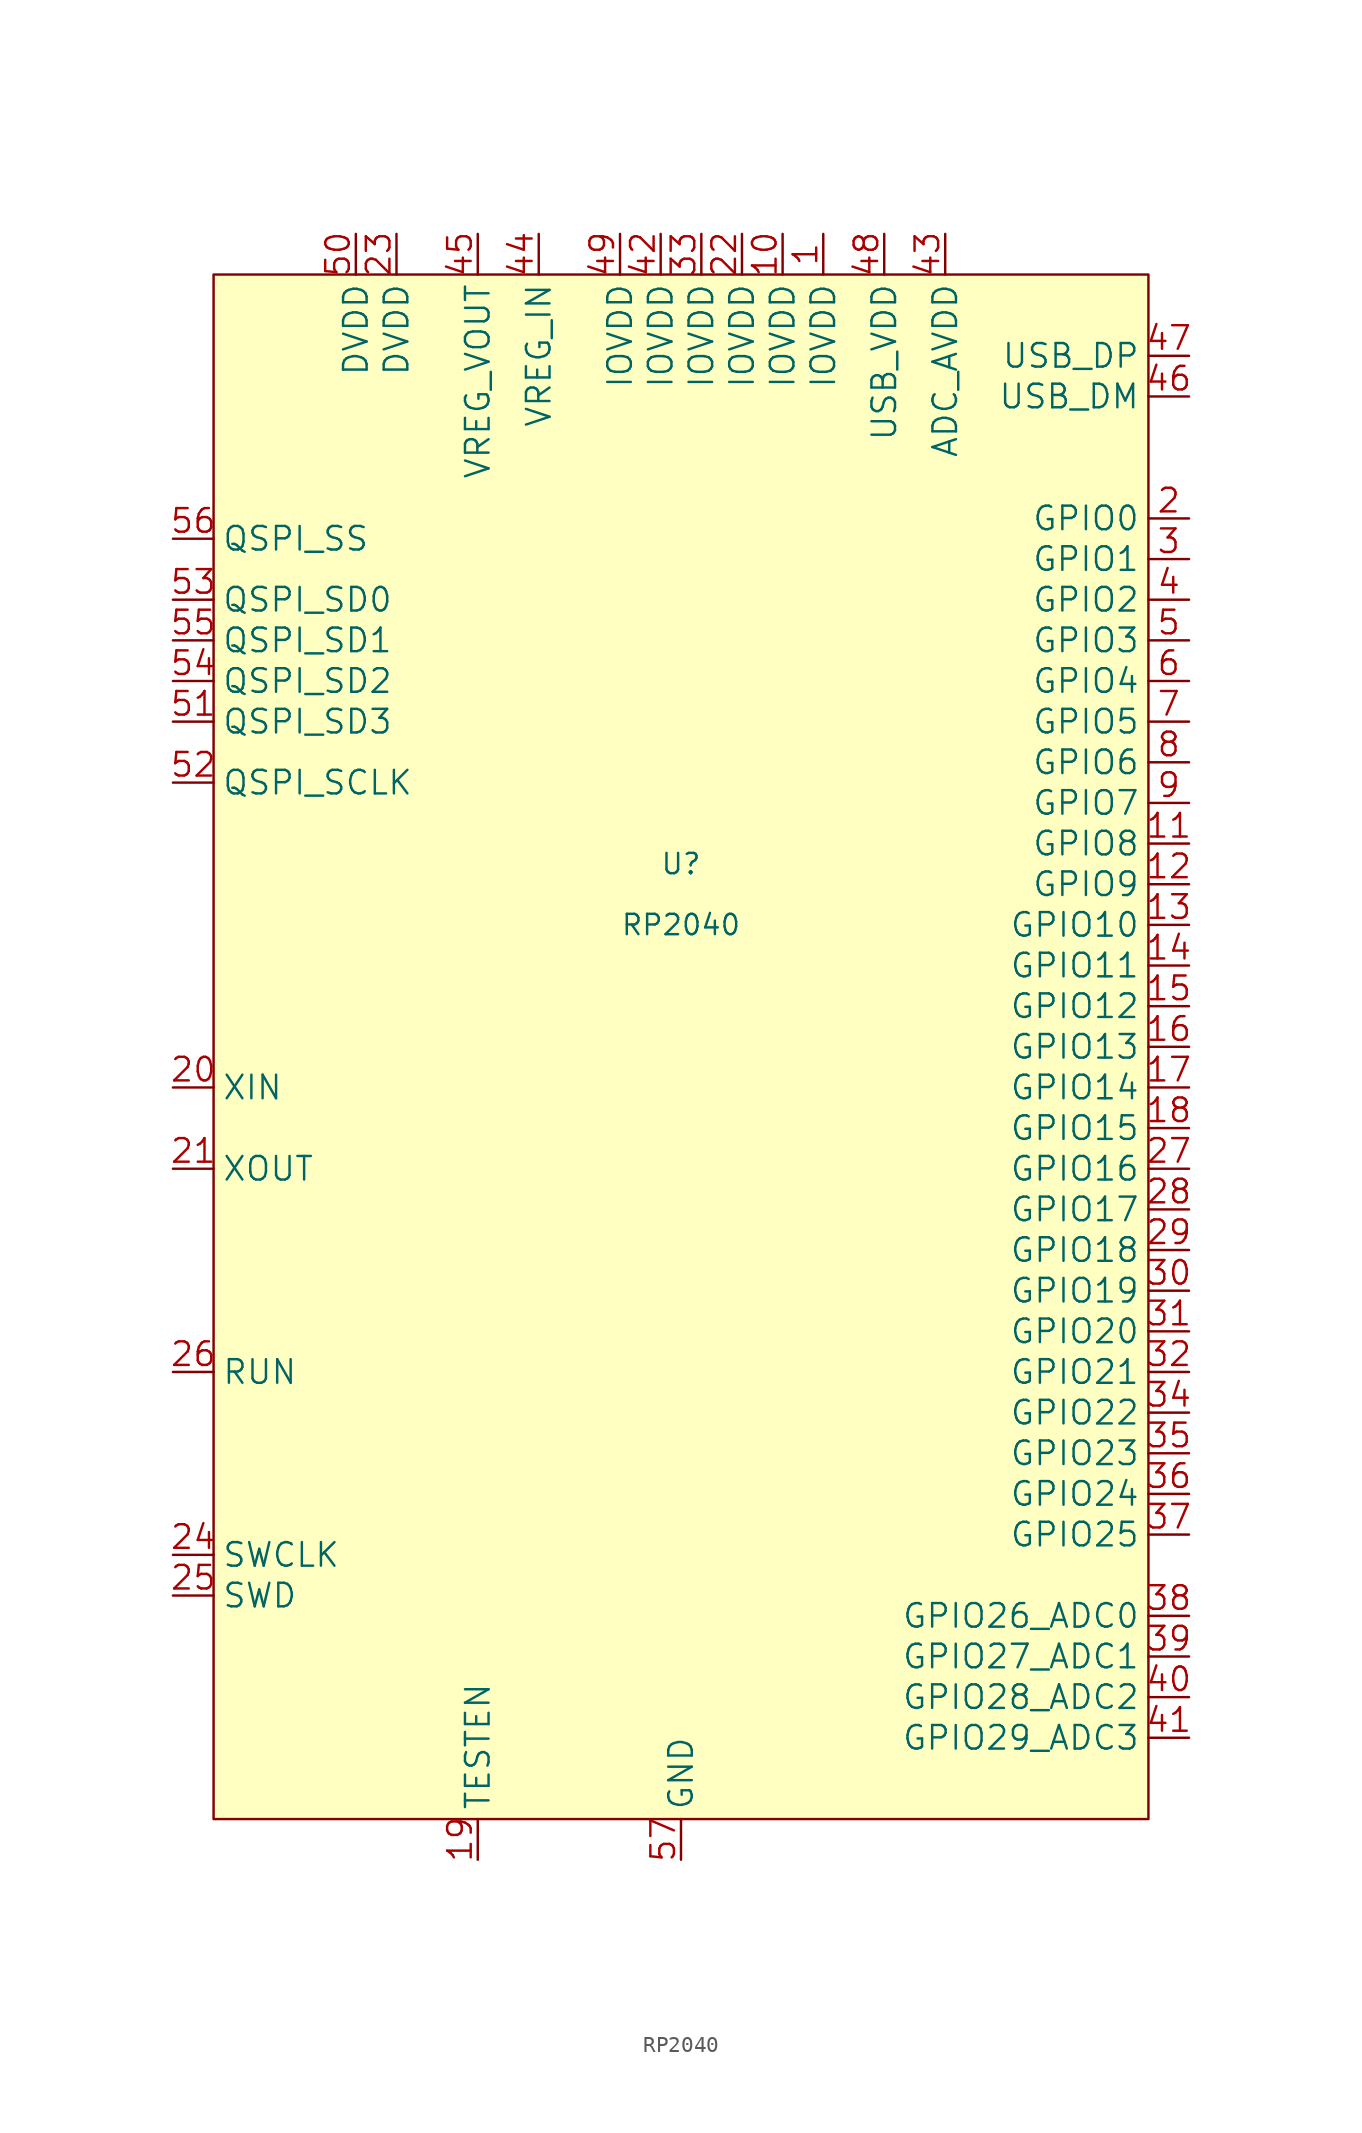
<source format=kicad_sym>
(kicad_symbol_lib
  (version 20211014)
  (generator kicad_symbol_editor)
  (symbol "RP2040"
    (property "Reference" "U"
      (at 0 1.27 0)
      (effects (font (size 1.27 1.27))))
    (property "Value" "RP2040"
      (at 0 -2.54 0)
      (effects (font (size 1.27 1.27))))
    (symbol "RP2040_0_0"
      (rectangle (start -29.21 38.1) (end 29.21 -58.42) (stroke (width 0) (type default) (color 0 0 0 0)) (fill (type background)))
      (pin power_in line (at 8.89 40.64 270) (length 2.54) (name "IOVDD" (effects (font (size 1.473 1.473)))) (number "1" (effects (font (size 1.473 1.473)))))
      (pin power_in line (at 6.35 40.64 270) (length 2.54) (name "IOVDD" (effects (font (size 1.473 1.473)))) (number "10" (effects (font (size 1.473 1.473)))))
      (pin bidirectional line (at 31.75 2.54 180) (length 2.54) (name "GPIO8" (effects (font (size 1.473 1.473)))) (number "11" (effects (font (size 1.473 1.473)))))
      (pin bidirectional line (at 31.75 0 180) (length 2.54) (name "GPIO9" (effects (font (size 1.473 1.473)))) (number "12" (effects (font (size 1.473 1.473)))))
      (pin bidirectional line (at 31.75 -2.54 180) (length 2.54) (name "GPIO10" (effects (font (size 1.473 1.473)))) (number "13" (effects (font (size 1.473 1.473)))))
      (pin bidirectional line (at 31.75 -5.08 180) (length 2.54) (name "GPIO11" (effects (font (size 1.473 1.473)))) (number "14" (effects (font (size 1.473 1.473)))))
      (pin bidirectional line (at 31.75 -7.62 180) (length 2.54) (name "GPIO12" (effects (font (size 1.473 1.473)))) (number "15" (effects (font (size 1.473 1.473)))))
      (pin bidirectional line (at 31.75 -10.16 180) (length 2.54) (name "GPIO13" (effects (font (size 1.473 1.473)))) (number "16" (effects (font (size 1.473 1.473)))))
      (pin bidirectional line (at 31.75 -12.7 180) (length 2.54) (name "GPIO14" (effects (font (size 1.473 1.473)))) (number "17" (effects (font (size 1.473 1.473)))))
      (pin bidirectional line (at 31.75 -15.24 180) (length 2.54) (name "GPIO15" (effects (font (size 1.473 1.473)))) (number "18" (effects (font (size 1.473 1.473)))))
      (pin input line (at -12.7 -60.96 90) (length 2.54) (name "TESTEN" (effects (font (size 1.473 1.473)))) (number "19" (effects (font (size 1.473 1.473)))))
      (pin bidirectional line (at 31.75 22.86 180) (length 2.54) (name "GPIO0" (effects (font (size 1.473 1.473)))) (number "2" (effects (font (size 1.473 1.473)))))
      (pin input line (at -31.75 -12.7 0) (length 2.54) (name "XIN" (effects (font (size 1.473 1.473)))) (number "20" (effects (font (size 1.473 1.473)))))
      (pin passive line (at -31.75 -17.78 0) (length 2.54) (name "XOUT" (effects (font (size 1.473 1.473)))) (number "21" (effects (font (size 1.473 1.473)))))
      (pin power_in line (at 3.81 40.64 270) (length 2.54) (name "IOVDD" (effects (font (size 1.473 1.473)))) (number "22" (effects (font (size 1.473 1.473)))))
      (pin power_in line (at -17.78 40.64 270) (length 2.54) (name "DVDD" (effects (font (size 1.473 1.473)))) (number "23" (effects (font (size 1.473 1.473)))))
      (pin output line (at -31.75 -41.91 0) (length 2.54) (name "SWCLK" (effects (font (size 1.473 1.473)))) (number "24" (effects (font (size 1.473 1.473)))))
      (pin bidirectional line (at -31.75 -44.45 0) (length 2.54) (name "SWD" (effects (font (size 1.473 1.473)))) (number "25" (effects (font (size 1.473 1.473)))))
      (pin input line (at -31.75 -30.48 0) (length 2.54) (name "RUN" (effects (font (size 1.473 1.473)))) (number "26" (effects (font (size 1.473 1.473)))))
      (pin bidirectional line (at 31.75 -17.78 180) (length 2.54) (name "GPIO16" (effects (font (size 1.473 1.473)))) (number "27" (effects (font (size 1.473 1.473)))))
      (pin bidirectional line (at 31.75 -20.32 180) (length 2.54) (name "GPIO17" (effects (font (size 1.473 1.473)))) (number "28" (effects (font (size 1.473 1.473)))))
      (pin bidirectional line (at 31.75 -22.86 180) (length 2.54) (name "GPIO18" (effects (font (size 1.473 1.473)))) (number "29" (effects (font (size 1.473 1.473)))))
      (pin bidirectional line (at 31.75 20.32 180) (length 2.54) (name "GPIO1" (effects (font (size 1.473 1.473)))) (number "3" (effects (font (size 1.473 1.473)))))
      (pin bidirectional line (at 31.75 -25.4 180) (length 2.54) (name "GPIO19" (effects (font (size 1.473 1.473)))) (number "30" (effects (font (size 1.473 1.473)))))
      (pin bidirectional line (at 31.75 -27.94 180) (length 2.54) (name "GPIO20" (effects (font (size 1.473 1.473)))) (number "31" (effects (font (size 1.473 1.473)))))
      (pin bidirectional line (at 31.75 -30.48 180) (length 2.54) (name "GPIO21" (effects (font (size 1.473 1.473)))) (number "32" (effects (font (size 1.473 1.473)))))
      (pin power_in line (at 1.27 40.64 270) (length 2.54) (name "IOVDD" (effects (font (size 1.473 1.473)))) (number "33" (effects (font (size 1.473 1.473)))))
      (pin bidirectional line (at 31.75 -33.02 180) (length 2.54) (name "GPIO22" (effects (font (size 1.473 1.473)))) (number "34" (effects (font (size 1.473 1.473)))))
      (pin bidirectional line (at 31.75 -35.56 180) (length 2.54) (name "GPIO23" (effects (font (size 1.473 1.473)))) (number "35" (effects (font (size 1.473 1.473)))))
      (pin bidirectional line (at 31.75 -38.1 180) (length 2.54) (name "GPIO24" (effects (font (size 1.473 1.473)))) (number "36" (effects (font (size 1.473 1.473)))))
      (pin bidirectional line (at 31.75 -40.64 180) (length 2.54) (name "GPIO25" (effects (font (size 1.473 1.473)))) (number "37" (effects (font (size 1.473 1.473)))))
      (pin bidirectional line (at 31.75 -45.72 180) (length 2.54) (name "GPIO26_ADC0" (effects (font (size 1.473 1.473)))) (number "38" (effects (font (size 1.473 1.473)))))
      (pin bidirectional line (at 31.75 -48.26 180) (length 2.54) (name "GPIO27_ADC1" (effects (font (size 1.473 1.473)))) (number "39" (effects (font (size 1.473 1.473)))))
      (pin bidirectional line (at 31.75 17.78 180) (length 2.54) (name "GPIO2" (effects (font (size 1.473 1.473)))) (number "4" (effects (font (size 1.473 1.473)))))
      (pin bidirectional line (at 31.75 -50.8 180) (length 2.54) (name "GPIO28_ADC2" (effects (font (size 1.473 1.473)))) (number "40" (effects (font (size 1.473 1.473)))))
      (pin bidirectional line (at 31.75 -53.34 180) (length 2.54) (name "GPIO29_ADC3" (effects (font (size 1.473 1.473)))) (number "41" (effects (font (size 1.473 1.473)))))
      (pin power_in line (at -1.27 40.64 270) (length 2.54) (name "IOVDD" (effects (font (size 1.473 1.473)))) (number "42" (effects (font (size 1.473 1.473)))))
      (pin power_in line (at 16.51 40.64 270) (length 2.54) (name "ADC_AVDD" (effects (font (size 1.473 1.473)))) (number "43" (effects (font (size 1.473 1.473)))))
      (pin power_in line (at -8.89 40.64 270) (length 2.54) (name "VREG_IN" (effects (font (size 1.473 1.473)))) (number "44" (effects (font (size 1.473 1.473)))))
      (pin power_out line (at -12.7 40.64 270) (length 2.54) (name "VREG_VOUT" (effects (font (size 1.473 1.473)))) (number "45" (effects (font (size 1.473 1.473)))))
      (pin bidirectional line (at 31.75 30.48 180) (length 2.54) (name "USB_DM" (effects (font (size 1.473 1.473)))) (number "46" (effects (font (size 1.473 1.473)))))
      (pin bidirectional line (at 31.75 33.02 180) (length 2.54) (name "USB_DP" (effects (font (size 1.473 1.473)))) (number "47" (effects (font (size 1.473 1.473)))))
      (pin power_in line (at 12.7 40.64 270) (length 2.54) (name "USB_VDD" (effects (font (size 1.473 1.473)))) (number "48" (effects (font (size 1.473 1.473)))))
      (pin power_in line (at -3.81 40.64 270) (length 2.54) (name "IOVDD" (effects (font (size 1.473 1.473)))) (number "49" (effects (font (size 1.473 1.473)))))
      (pin bidirectional line (at 31.75 15.24 180) (length 2.54) (name "GPIO3" (effects (font (size 1.473 1.473)))) (number "5" (effects (font (size 1.473 1.473)))))
      (pin power_in line (at -20.32 40.64 270) (length 2.54) (name "DVDD" (effects (font (size 1.473 1.473)))) (number "50" (effects (font (size 1.473 1.473)))))
      (pin bidirectional line (at -31.75 10.16 0) (length 2.54) (name "QSPI_SD3" (effects (font (size 1.473 1.473)))) (number "51" (effects (font (size 1.473 1.473)))))
      (pin output line (at -31.75 6.35 0) (length 2.54) (name "QSPI_SCLK" (effects (font (size 1.473 1.473)))) (number "52" (effects (font (size 1.473 1.473)))))
      (pin bidirectional line (at -31.75 17.78 0) (length 2.54) (name "QSPI_SD0" (effects (font (size 1.473 1.473)))) (number "53" (effects (font (size 1.473 1.473)))))
      (pin bidirectional line (at -31.75 12.7 0) (length 2.54) (name "QSPI_SD2" (effects (font (size 1.473 1.473)))) (number "54" (effects (font (size 1.473 1.473)))))
      (pin bidirectional line (at -31.75 15.24 0) (length 2.54) (name "QSPI_SD1" (effects (font (size 1.473 1.473)))) (number "55" (effects (font (size 1.473 1.473)))))
      (pin bidirectional line (at -31.75 21.59 0) (length 2.54) (name "QSPI_SS" (effects (font (size 1.473 1.473)))) (number "56" (effects (font (size 1.473 1.473)))))
      (pin power_in line (at 0 -60.96 90) (length 2.54) (name "GND" (effects (font (size 1.473 1.473)))) (number "57" (effects (font (size 1.473 1.473)))))
      (pin bidirectional line (at 31.75 12.7 180) (length 2.54) (name "GPIO4" (effects (font (size 1.473 1.473)))) (number "6" (effects (font (size 1.473 1.473)))))
      (pin bidirectional line (at 31.75 10.16 180) (length 2.54) (name "GPIO5" (effects (font (size 1.473 1.473)))) (number "7" (effects (font (size 1.473 1.473)))))
      (pin bidirectional line (at 31.75 7.62 180) (length 2.54) (name "GPIO6" (effects (font (size 1.473 1.473)))) (number "8" (effects (font (size 1.473 1.473)))))
      (pin bidirectional line (at 31.75 5.08 180) (length 2.54) (name "GPIO7" (effects (font (size 1.473 1.473)))) (number "9" (effects (font (size 1.473 1.473))))))))
</source>
